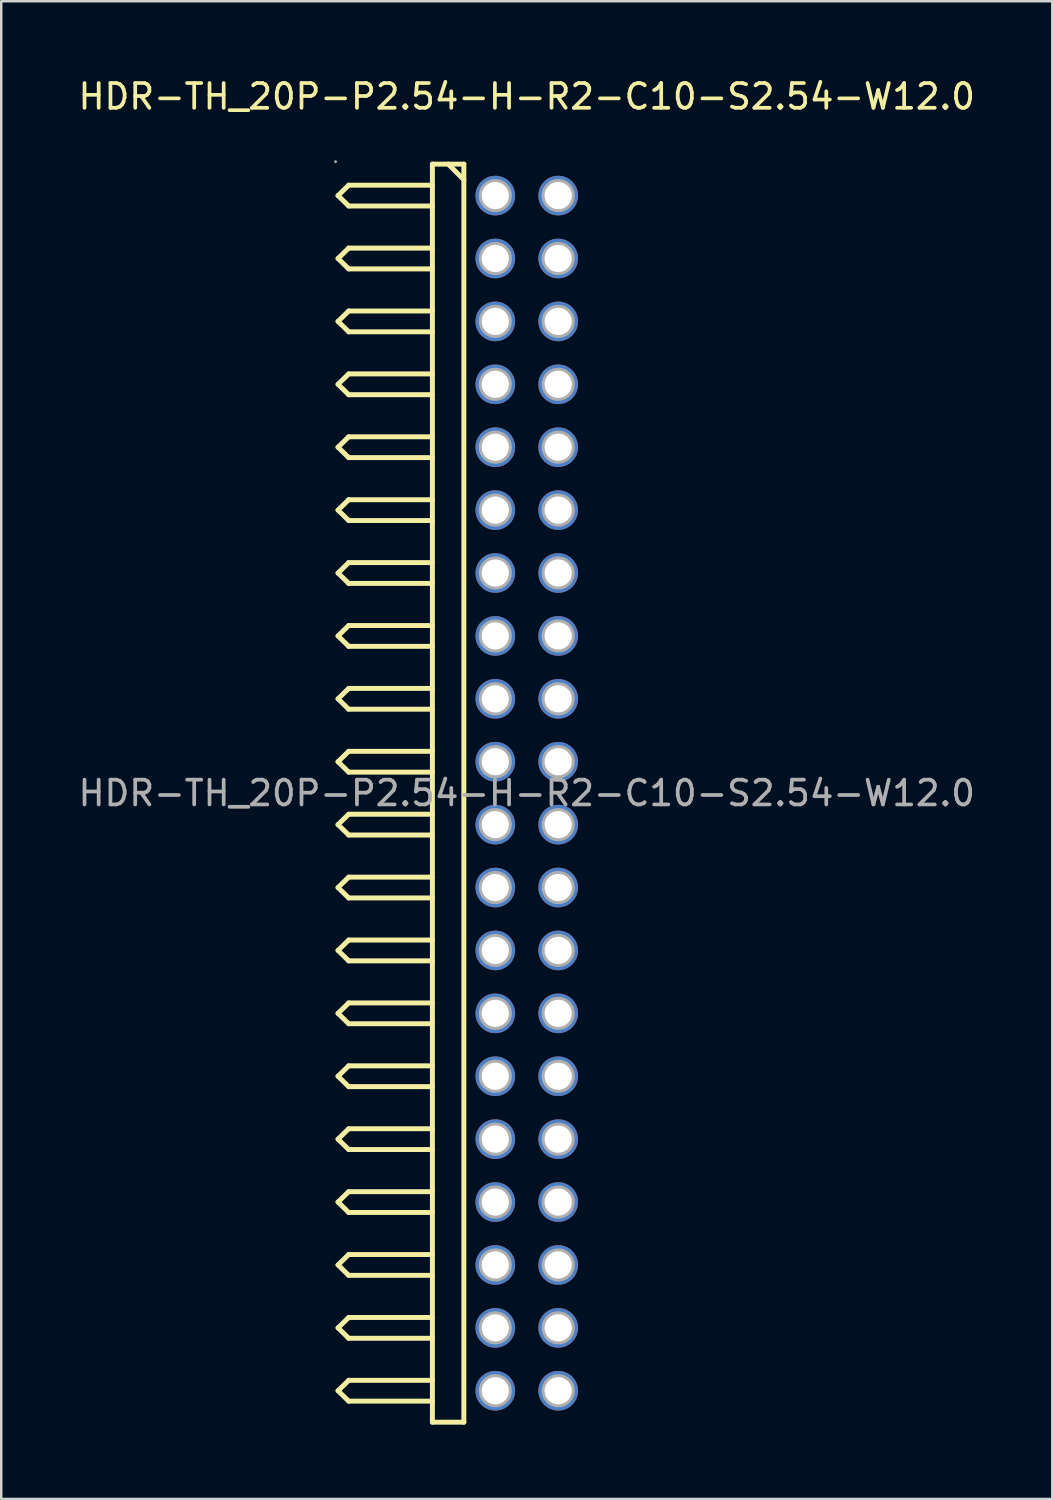
<source format=kicad_pcb>
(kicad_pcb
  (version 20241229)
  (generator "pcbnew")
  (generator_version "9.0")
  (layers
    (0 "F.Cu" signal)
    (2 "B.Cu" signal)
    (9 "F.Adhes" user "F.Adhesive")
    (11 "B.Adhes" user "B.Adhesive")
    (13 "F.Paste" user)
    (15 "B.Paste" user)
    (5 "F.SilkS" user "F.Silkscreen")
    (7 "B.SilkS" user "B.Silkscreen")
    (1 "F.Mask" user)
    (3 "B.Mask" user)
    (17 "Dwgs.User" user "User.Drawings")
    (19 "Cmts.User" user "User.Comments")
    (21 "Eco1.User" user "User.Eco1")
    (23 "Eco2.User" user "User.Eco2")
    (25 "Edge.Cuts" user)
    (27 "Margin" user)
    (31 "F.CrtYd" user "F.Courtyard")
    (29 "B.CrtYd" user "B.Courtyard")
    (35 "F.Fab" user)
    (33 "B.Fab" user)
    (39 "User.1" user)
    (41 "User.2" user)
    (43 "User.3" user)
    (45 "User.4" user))
  (footprint "HDR-TH_20P-P2.54-H-R2-C10-S2.54-W12.0"
    (layer "F.Cu")
    (at 18.22 28.978)
    (property "Reference" "HDR-TH_20P-P2.54-H-R2-C10-S2.54-W12.0" (at 0 -28.13 0) (layer "F.SilkS") (effects (font (size 1 1) (thickness 0.15))))
    (attr through_hole)
    (fp_line (start -7.62 -24.13) (end -7.19 -23.71) (stroke (width 0.2) (type solid)) (layer "F.SilkS"))
    (fp_line (start -7.62 -21.59) (end -7.19 -21.17) (stroke (width 0.2) (type solid)) (layer "F.SilkS"))
    (fp_line (start -7.62 -19.05) (end -7.19 -18.63) (stroke (width 0.2) (type solid)) (layer "F.SilkS"))
    (fp_line (start -7.62 -16.51) (end -7.19 -16.09) (stroke (width 0.2) (type solid)) (layer "F.SilkS"))
    (fp_line (start -7.62 -13.97) (end -7.19 -13.55) (stroke (width 0.2) (type solid)) (layer "F.SilkS"))
    (fp_line (start -7.62 -11.43) (end -7.19 -11.01) (stroke (width 0.2) (type solid)) (layer "F.SilkS"))
    (fp_line (start -7.62 -8.89) (end -7.19 -8.47) (stroke (width 0.2) (type solid)) (layer "F.SilkS"))
    (fp_line (start -7.62 -6.35) (end -7.19 -5.93) (stroke (width 0.2) (type solid)) (layer "F.SilkS"))
    (fp_line (start -7.62 -3.81) (end -7.19 -3.39) (stroke (width 0.2) (type solid)) (layer "F.SilkS"))
    (fp_line (start -7.62 -1.27) (end -7.19 -0.85) (stroke (width 0.2) (type solid)) (layer "F.SilkS"))
    (fp_line (start -7.62 1.27) (end -7.19 1.69) (stroke (width 0.2) (type solid)) (layer "F.SilkS"))
    (fp_line (start -7.62 3.81) (end -7.19 4.23) (stroke (width 0.2) (type solid)) (layer "F.SilkS"))
    (fp_line (start -7.62 6.35) (end -7.19 6.77) (stroke (width 0.2) (type solid)) (layer "F.SilkS"))
    (fp_line (start -7.62 8.89) (end -7.19 9.31) (stroke (width 0.2) (type solid)) (layer "F.SilkS"))
    (fp_line (start -7.62 11.43) (end -7.19 11.85) (stroke (width 0.2) (type solid)) (layer "F.SilkS"))
    (fp_line (start -7.62 13.97) (end -7.19 14.39) (stroke (width 0.2) (type solid)) (layer "F.SilkS"))
    (fp_line (start -7.62 16.51) (end -7.19 16.93) (stroke (width 0.2) (type solid)) (layer "F.SilkS"))
    (fp_line (start -7.62 19.05) (end -7.19 19.47) (stroke (width 0.2) (type solid)) (layer "F.SilkS"))
    (fp_line (start -7.62 21.59) (end -7.19 22.01) (stroke (width 0.2) (type solid)) (layer "F.SilkS"))
    (fp_line (start -7.62 24.13) (end -7.19 24.55) (stroke (width 0.2) (type solid)) (layer "F.SilkS"))
    (fp_line (start -7.19 -24.55) (end -7.62 -24.13) (stroke (width 0.2) (type solid)) (layer "F.SilkS"))
    (fp_line (start -7.19 -23.71) (end -3.81 -23.71) (stroke (width 0.2) (type solid)) (layer "F.SilkS"))
    (fp_line (start -7.19 -22.01) (end -7.62 -21.59) (stroke (width 0.2) (type solid)) (layer "F.SilkS"))
    (fp_line (start -7.19 -21.17) (end -3.81 -21.17) (stroke (width 0.2) (type solid)) (layer "F.SilkS"))
    (fp_line (start -7.19 -19.47) (end -7.62 -19.05) (stroke (width 0.2) (type solid)) (layer "F.SilkS"))
    (fp_line (start -7.19 -18.63) (end -3.81 -18.63) (stroke (width 0.2) (type solid)) (layer "F.SilkS"))
    (fp_line (start -7.19 -16.93) (end -7.62 -16.51) (stroke (width 0.2) (type solid)) (layer "F.SilkS"))
    (fp_line (start -7.19 -16.09) (end -3.81 -16.09) (stroke (width 0.2) (type solid)) (layer "F.SilkS"))
    (fp_line (start -7.19 -14.39) (end -7.62 -13.97) (stroke (width 0.2) (type solid)) (layer "F.SilkS"))
    (fp_line (start -7.19 -13.55) (end -3.81 -13.55) (stroke (width 0.2) (type solid)) (layer "F.SilkS"))
    (fp_line (start -7.19 -11.85) (end -7.62 -11.43) (stroke (width 0.2) (type solid)) (layer "F.SilkS"))
    (fp_line (start -7.19 -11.01) (end -3.81 -11.01) (stroke (width 0.2) (type solid)) (layer "F.SilkS"))
    (fp_line (start -7.19 -9.31) (end -7.62 -8.89) (stroke (width 0.2) (type solid)) (layer "F.SilkS"))
    (fp_line (start -7.19 -8.47) (end -3.81 -8.47) (stroke (width 0.2) (type solid)) (layer "F.SilkS"))
    (fp_line (start -7.19 -6.77) (end -7.62 -6.35) (stroke (width 0.2) (type solid)) (layer "F.SilkS"))
    (fp_line (start -7.19 -5.93) (end -3.81 -5.93) (stroke (width 0.2) (type solid)) (layer "F.SilkS"))
    (fp_line (start -7.19 -4.23) (end -7.62 -3.81) (stroke (width 0.2) (type solid)) (layer "F.SilkS"))
    (fp_line (start -7.19 -3.39) (end -3.81 -3.39) (stroke (width 0.2) (type solid)) (layer "F.SilkS"))
    (fp_line (start -7.19 -1.69) (end -7.62 -1.27) (stroke (width 0.2) (type solid)) (layer "F.SilkS"))
    (fp_line (start -7.19 -0.85) (end -3.81 -0.85) (stroke (width 0.2) (type solid)) (layer "F.SilkS"))
    (fp_line (start -7.19 0.85) (end -7.62 1.27) (stroke (width 0.2) (type solid)) (layer "F.SilkS"))
    (fp_line (start -7.19 1.69) (end -3.81 1.69) (stroke (width 0.2) (type solid)) (layer "F.SilkS"))
    (fp_line (start -7.19 3.39) (end -7.62 3.81) (stroke (width 0.2) (type solid)) (layer "F.SilkS"))
    (fp_line (start -7.19 4.23) (end -3.81 4.23) (stroke (width 0.2) (type solid)) (layer "F.SilkS"))
    (fp_line (start -7.19 5.93) (end -7.62 6.35) (stroke (width 0.2) (type solid)) (layer "F.SilkS"))
    (fp_line (start -7.19 6.77) (end -3.81 6.77) (stroke (width 0.2) (type solid)) (layer "F.SilkS"))
    (fp_line (start -7.19 8.47) (end -7.62 8.89) (stroke (width 0.2) (type solid)) (layer "F.SilkS"))
    (fp_line (start -7.19 9.31) (end -3.81 9.31) (stroke (width 0.2) (type solid)) (layer "F.SilkS"))
    (fp_line (start -7.19 11.01) (end -7.62 11.43) (stroke (width 0.2) (type solid)) (layer "F.SilkS"))
    (fp_line (start -7.19 11.85) (end -3.81 11.85) (stroke (width 0.2) (type solid)) (layer "F.SilkS"))
    (fp_line (start -7.19 13.55) (end -7.62 13.97) (stroke (width 0.2) (type solid)) (layer "F.SilkS"))
    (fp_line (start -7.19 14.39) (end -3.81 14.39) (stroke (width 0.2) (type solid)) (layer "F.SilkS"))
    (fp_line (start -7.19 16.09) (end -7.62 16.51) (stroke (width 0.2) (type solid)) (layer "F.SilkS"))
    (fp_line (start -7.19 16.93) (end -3.81 16.93) (stroke (width 0.2) (type solid)) (layer "F.SilkS"))
    (fp_line (start -7.19 18.63) (end -7.62 19.05) (stroke (width 0.2) (type solid)) (layer "F.SilkS"))
    (fp_line (start -7.19 19.47) (end -3.81 19.47) (stroke (width 0.2) (type solid)) (layer "F.SilkS"))
    (fp_line (start -7.19 21.17) (end -7.62 21.59) (stroke (width 0.2) (type solid)) (layer "F.SilkS"))
    (fp_line (start -7.19 22.01) (end -3.81 22.01) (stroke (width 0.2) (type solid)) (layer "F.SilkS"))
    (fp_line (start -7.19 23.71) (end -7.62 24.13) (stroke (width 0.2) (type solid)) (layer "F.SilkS"))
    (fp_line (start -7.19 24.55) (end -3.81 24.55) (stroke (width 0.2) (type solid)) (layer "F.SilkS"))
    (fp_line (start -3.81 -25.4) (end -3.81 25.4) (stroke (width 0.2) (type solid)) (layer "F.SilkS"))
    (fp_line (start -3.81 -24.55) (end -7.19 -24.55) (stroke (width 0.2) (type solid)) (layer "F.SilkS"))
    (fp_line (start -3.81 -22.01) (end -7.19 -22.01) (stroke (width 0.2) (type solid)) (layer "F.SilkS"))
    (fp_line (start -3.81 -19.47) (end -7.19 -19.47) (stroke (width 0.2) (type solid)) (layer "F.SilkS"))
    (fp_line (start -3.81 -16.93) (end -7.19 -16.93) (stroke (width 0.2) (type solid)) (layer "F.SilkS"))
    (fp_line (start -3.81 -14.39) (end -7.19 -14.39) (stroke (width 0.2) (type solid)) (layer "F.SilkS"))
    (fp_line (start -3.81 -11.85) (end -7.19 -11.85) (stroke (width 0.2) (type solid)) (layer "F.SilkS"))
    (fp_line (start -3.81 -9.31) (end -7.19 -9.31) (stroke (width 0.2) (type solid)) (layer "F.SilkS"))
    (fp_line (start -3.81 -6.77) (end -7.19 -6.77) (stroke (width 0.2) (type solid)) (layer "F.SilkS"))
    (fp_line (start -3.81 -4.23) (end -7.19 -4.23) (stroke (width 0.2) (type solid)) (layer "F.SilkS"))
    (fp_line (start -3.81 -1.69) (end -7.19 -1.69) (stroke (width 0.2) (type solid)) (layer "F.SilkS"))
    (fp_line (start -3.81 0.85) (end -7.19 0.85) (stroke (width 0.2) (type solid)) (layer "F.SilkS"))
    (fp_line (start -3.81 3.39) (end -7.19 3.39) (stroke (width 0.2) (type solid)) (layer "F.SilkS"))
    (fp_line (start -3.81 5.93) (end -7.19 5.93) (stroke (width 0.2) (type solid)) (layer "F.SilkS"))
    (fp_line (start -3.81 8.47) (end -7.19 8.47) (stroke (width 0.2) (type solid)) (layer "F.SilkS"))
    (fp_line (start -3.81 11.01) (end -7.19 11.01) (stroke (width 0.2) (type solid)) (layer "F.SilkS"))
    (fp_line (start -3.81 13.55) (end -7.19 13.55) (stroke (width 0.2) (type solid)) (layer "F.SilkS"))
    (fp_line (start -3.81 16.09) (end -7.19 16.09) (stroke (width 0.2) (type solid)) (layer "F.SilkS"))
    (fp_line (start -3.81 18.63) (end -7.19 18.63) (stroke (width 0.2) (type solid)) (layer "F.SilkS"))
    (fp_line (start -3.81 21.17) (end -7.19 21.17) (stroke (width 0.2) (type solid)) (layer "F.SilkS"))
    (fp_line (start -3.81 23.71) (end -7.19 23.71) (stroke (width 0.2) (type solid)) (layer "F.SilkS"))
    (fp_line (start -3.81 25.4) (end -2.54 25.4) (stroke (width 0.2) (type solid)) (layer "F.SilkS"))
    (fp_line (start -3.17 -25.4) (end -2.54 -24.77) (stroke (width 0.2) (type solid)) (layer "F.SilkS"))
    (fp_line (start -2.54 -25.4) (end -3.81 -25.4) (stroke (width 0.2) (type solid)) (layer "F.SilkS"))
    (fp_line (start -2.54 25.4) (end -2.54 -25.4) (stroke (width 0.2) (type solid)) (layer "F.SilkS"))
    (fp_circle (center -7.72 -25.5) (end -7.69 -25.5) (stroke (width 0.06) (type solid)) (fill no) (layer "F.Fab"))
    (fp_circle (center -1.27 -24.13) (end -1.05 -24.13) (stroke (width 0.45) (type solid)) (fill no) (layer "F.Fab"))
    (fp_circle (center -1.27 -21.59) (end -1.05 -21.59) (stroke (width 0.45) (type solid)) (fill no) (layer "F.Fab"))
    (fp_circle (center -1.27 -19.05) (end -1.05 -19.05) (stroke (width 0.45) (type solid)) (fill no) (layer "F.Fab"))
    (fp_circle (center -1.27 -16.51) (end -1.05 -16.51) (stroke (width 0.45) (type solid)) (fill no) (layer "F.Fab"))
    (fp_circle (center -1.27 -13.97) (end -1.05 -13.97) (stroke (width 0.45) (type solid)) (fill no) (layer "F.Fab"))
    (fp_circle (center -1.27 -11.43) (end -1.05 -11.43) (stroke (width 0.45) (type solid)) (fill no) (layer "F.Fab"))
    (fp_circle (center -1.27 -8.89) (end -1.05 -8.89) (stroke (width 0.45) (type solid)) (fill no) (layer "F.Fab"))
    (fp_circle (center -1.27 -6.35) (end -1.05 -6.35) (stroke (width 0.45) (type solid)) (fill no) (layer "F.Fab"))
    (fp_circle (center -1.27 -3.81) (end -1.05 -3.81) (stroke (width 0.45) (type solid)) (fill no) (layer "F.Fab"))
    (fp_circle (center -1.27 -1.27) (end -1.05 -1.27) (stroke (width 0.45) (type solid)) (fill no) (layer "F.Fab"))
    (fp_circle (center -1.27 1.27) (end -1.05 1.27) (stroke (width 0.45) (type solid)) (fill no) (layer "F.Fab"))
    (fp_circle (center -1.27 3.81) (end -1.05 3.81) (stroke (width 0.45) (type solid)) (fill no) (layer "F.Fab"))
    (fp_circle (center -1.27 6.35) (end -1.05 6.35) (stroke (width 0.45) (type solid)) (fill no) (layer "F.Fab"))
    (fp_circle (center -1.27 8.89) (end -1.05 8.89) (stroke (width 0.45) (type solid)) (fill no) (layer "F.Fab"))
    (fp_circle (center -1.27 11.43) (end -1.05 11.43) (stroke (width 0.45) (type solid)) (fill no) (layer "F.Fab"))
    (fp_circle (center -1.27 13.97) (end -1.05 13.97) (stroke (width 0.45) (type solid)) (fill no) (layer "F.Fab"))
    (fp_circle (center -1.27 16.51) (end -1.05 16.51) (stroke (width 0.45) (type solid)) (fill no) (layer "F.Fab"))
    (fp_circle (center -1.27 19.05) (end -1.05 19.05) (stroke (width 0.45) (type solid)) (fill no) (layer "F.Fab"))
    (fp_circle (center -1.27 21.59) (end -1.05 21.59) (stroke (width 0.45) (type solid)) (fill no) (layer "F.Fab"))
    (fp_circle (center -1.27 24.13) (end -1.05 24.13) (stroke (width 0.45) (type solid)) (fill no) (layer "F.Fab"))
    (fp_circle (center 1.27 -24.13) (end 1.49 -24.13) (stroke (width 0.45) (type solid)) (fill no) (layer "F.Fab"))
    (fp_circle (center 1.27 -21.59) (end 1.49 -21.59) (stroke (width 0.45) (type solid)) (fill no) (layer "F.Fab"))
    (fp_circle (center 1.27 -19.05) (end 1.49 -19.05) (stroke (width 0.45) (type solid)) (fill no) (layer "F.Fab"))
    (fp_circle (center 1.27 -16.51) (end 1.49 -16.51) (stroke (width 0.45) (type solid)) (fill no) (layer "F.Fab"))
    (fp_circle (center 1.27 -13.97) (end 1.49 -13.97) (stroke (width 0.45) (type solid)) (fill no) (layer "F.Fab"))
    (fp_circle (center 1.27 -11.43) (end 1.49 -11.43) (stroke (width 0.45) (type solid)) (fill no) (layer "F.Fab"))
    (fp_circle (center 1.27 -8.89) (end 1.49 -8.89) (stroke (width 0.45) (type solid)) (fill no) (layer "F.Fab"))
    (fp_circle (center 1.27 -6.35) (end 1.49 -6.35) (stroke (width 0.45) (type solid)) (fill no) (layer "F.Fab"))
    (fp_circle (center 1.27 -3.81) (end 1.49 -3.81) (stroke (width 0.45) (type solid)) (fill no) (layer "F.Fab"))
    (fp_circle (center 1.27 -1.27) (end 1.49 -1.27) (stroke (width 0.45) (type solid)) (fill no) (layer "F.Fab"))
    (fp_circle (center 1.27 1.27) (end 1.49 1.27) (stroke (width 0.45) (type solid)) (fill no) (layer "F.Fab"))
    (fp_circle (center 1.27 3.81) (end 1.49 3.81) (stroke (width 0.45) (type solid)) (fill no) (layer "F.Fab"))
    (fp_circle (center 1.27 6.35) (end 1.49 6.35) (stroke (width 0.45) (type solid)) (fill no) (layer "F.Fab"))
    (fp_circle (center 1.27 8.89) (end 1.49 8.89) (stroke (width 0.45) (type solid)) (fill no) (layer "F.Fab"))
    (fp_circle (center 1.27 11.43) (end 1.49 11.43) (stroke (width 0.45) (type solid)) (fill no) (layer "F.Fab"))
    (fp_circle (center 1.27 13.97) (end 1.49 13.97) (stroke (width 0.45) (type solid)) (fill no) (layer "F.Fab"))
    (fp_circle (center 1.27 16.51) (end 1.49 16.51) (stroke (width 0.45) (type solid)) (fill no) (layer "F.Fab"))
    (fp_circle (center 1.27 19.05) (end 1.49 19.05) (stroke (width 0.45) (type solid)) (fill no) (layer "F.Fab"))
    (fp_circle (center 1.27 21.59) (end 1.49 21.59) (stroke (width 0.45) (type solid)) (fill no) (layer "F.Fab"))
    (fp_circle (center 1.27 24.13) (end 1.49 24.13) (stroke (width 0.45) (type solid)) (fill no) (layer "F.Fab"))
    (fp_text user "${REFERENCE}" (at 0 0 0) (layer "F.Fab") (effects (font (size 1 1) (thickness 0.15))))
    (pad "1" thru_hole circle (at -1.27 -24.13 270) (size 1.6 1.6) (drill 1.1) (layers "*.Cu" "*.Paste" "*.Mask"))
    (pad "2" thru_hole circle (at 1.27 -24.13 270) (size 1.6 1.6) (drill 1.1) (layers "*.Cu" "*.Paste" "*.Mask"))
    (pad "3" thru_hole circle (at -1.27 -21.59 270) (size 1.6 1.6) (drill 1.1) (layers "*.Cu" "*.Paste" "*.Mask"))
    (pad "4" thru_hole circle (at 1.27 -21.59 270) (size 1.6 1.6) (drill 1.1) (layers "*.Cu" "*.Paste" "*.Mask"))
    (pad "5" thru_hole circle (at -1.27 -19.05 270) (size 1.6 1.6) (drill 1.1) (layers "*.Cu" "*.Paste" "*.Mask"))
    (pad "6" thru_hole circle (at 1.27 -19.05 270) (size 1.6 1.6) (drill 1.1) (layers "*.Cu" "*.Paste" "*.Mask"))
    (pad "7" thru_hole circle (at -1.27 -16.51 270) (size 1.6 1.6) (drill 1.1) (layers "*.Cu" "*.Paste" "*.Mask"))
    (pad "8" thru_hole circle (at 1.27 -16.51 270) (size 1.6 1.6) (drill 1.1) (layers "*.Cu" "*.Paste" "*.Mask"))
    (pad "9" thru_hole circle (at -1.27 -13.97 270) (size 1.6 1.6) (drill 1.1) (layers "*.Cu" "*.Paste" "*.Mask"))
    (pad "10" thru_hole circle (at 1.27 -13.97 270) (size 1.6 1.6) (drill 1.1) (layers "*.Cu" "*.Paste" "*.Mask"))
    (pad "11" thru_hole circle (at -1.27 -11.43 270) (size 1.6 1.6) (drill 1.1) (layers "*.Cu" "*.Paste" "*.Mask"))
    (pad "12" thru_hole circle (at 1.27 -11.43 270) (size 1.6 1.6) (drill 1.1) (layers "*.Cu" "*.Paste" "*.Mask"))
    (pad "13" thru_hole circle (at -1.27 -8.89 270) (size 1.6 1.6) (drill 1.1) (layers "*.Cu" "*.Paste" "*.Mask"))
    (pad "14" thru_hole circle (at 1.27 -8.89 270) (size 1.6 1.6) (drill 1.1) (layers "*.Cu" "*.Paste" "*.Mask"))
    (pad "15" thru_hole circle (at -1.27 -6.35 270) (size 1.6 1.6) (drill 1.1) (layers "*.Cu" "*.Paste" "*.Mask"))
    (pad "16" thru_hole circle (at 1.27 -6.35 270) (size 1.6 1.6) (drill 1.1) (layers "*.Cu" "*.Paste" "*.Mask"))
    (pad "17" thru_hole circle (at -1.27 -3.81 270) (size 1.6 1.6) (drill 1.1) (layers "*.Cu" "*.Paste" "*.Mask"))
    (pad "18" thru_hole circle (at 1.27 -3.81 270) (size 1.6 1.6) (drill 1.1) (layers "*.Cu" "*.Paste" "*.Mask"))
    (pad "19" thru_hole circle (at -1.27 -1.27 270) (size 1.6 1.6) (drill 1.1) (layers "*.Cu" "*.Paste" "*.Mask"))
    (pad "20" thru_hole circle (at 1.27 -1.27 270) (size 1.6 1.6) (drill 1.1) (layers "*.Cu" "*.Paste" "*.Mask"))
    (pad "21" thru_hole circle (at -1.27 1.27 270) (size 1.6 1.6) (drill 1.1) (layers "*.Cu" "*.Paste" "*.Mask"))
    (pad "22" thru_hole circle (at 1.27 1.27 270) (size 1.6 1.6) (drill 1.1) (layers "*.Cu" "*.Paste" "*.Mask"))
    (pad "23" thru_hole circle (at -1.27 3.81 270) (size 1.6 1.6) (drill 1.1) (layers "*.Cu" "*.Paste" "*.Mask"))
    (pad "24" thru_hole circle (at 1.27 3.81 270) (size 1.6 1.6) (drill 1.1) (layers "*.Cu" "*.Paste" "*.Mask"))
    (pad "25" thru_hole circle (at -1.27 6.35 270) (size 1.6 1.6) (drill 1.1) (layers "*.Cu" "*.Paste" "*.Mask"))
    (pad "26" thru_hole circle (at 1.27 6.35 270) (size 1.6 1.6) (drill 1.1) (layers "*.Cu" "*.Paste" "*.Mask"))
    (pad "27" thru_hole circle (at -1.27 8.89 270) (size 1.6 1.6) (drill 1.1) (layers "*.Cu" "*.Paste" "*.Mask"))
    (pad "28" thru_hole circle (at 1.27 8.89 270) (size 1.6 1.6) (drill 1.1) (layers "*.Cu" "*.Paste" "*.Mask"))
    (pad "29" thru_hole circle (at -1.27 11.43 270) (size 1.6 1.6) (drill 1.1) (layers "*.Cu" "*.Paste" "*.Mask"))
    (pad "30" thru_hole circle (at 1.27 11.43 270) (size 1.6 1.6) (drill 1.1) (layers "*.Cu" "*.Paste" "*.Mask"))
    (pad "31" thru_hole circle (at -1.27 13.97 270) (size 1.6 1.6) (drill 1.1) (layers "*.Cu" "*.Paste" "*.Mask"))
    (pad "32" thru_hole circle (at 1.27 13.97 270) (size 1.6 1.6) (drill 1.1) (layers "*.Cu" "*.Paste" "*.Mask"))
    (pad "33" thru_hole circle (at -1.27 16.51 270) (size 1.6 1.6) (drill 1.1) (layers "*.Cu" "*.Paste" "*.Mask"))
    (pad "34" thru_hole circle (at 1.27 16.51 270) (size 1.6 1.6) (drill 1.1) (layers "*.Cu" "*.Paste" "*.Mask"))
    (pad "35" thru_hole circle (at -1.27 19.05 270) (size 1.6 1.6) (drill 1.1) (layers "*.Cu" "*.Paste" "*.Mask"))
    (pad "36" thru_hole circle (at 1.27 19.05 270) (size 1.6 1.6) (drill 1.1) (layers "*.Cu" "*.Paste" "*.Mask"))
    (pad "37" thru_hole circle (at -1.27 21.59 270) (size 1.6 1.6) (drill 1.1) (layers "*.Cu" "*.Paste" "*.Mask"))
    (pad "38" thru_hole circle (at 1.27 21.59 270) (size 1.6 1.6) (drill 1.1) (layers "*.Cu" "*.Paste" "*.Mask"))
    (pad "39" thru_hole circle (at -1.27 24.13 270) (size 1.6 1.6) (drill 1.1) (layers "*.Cu" "*.Paste" "*.Mask"))
    (pad "40" thru_hole circle (at 1.27 24.13 270) (size 1.6 1.6) (drill 1.1) (layers "*.Cu" "*.Paste" "*.Mask")))
  (gr_rect
    (start -3 -3)
    (end 39.44 57.478)
    (stroke (width 0.1) (type default))
    (fill no)
    (layer "Edge.Cuts")))
</source>
